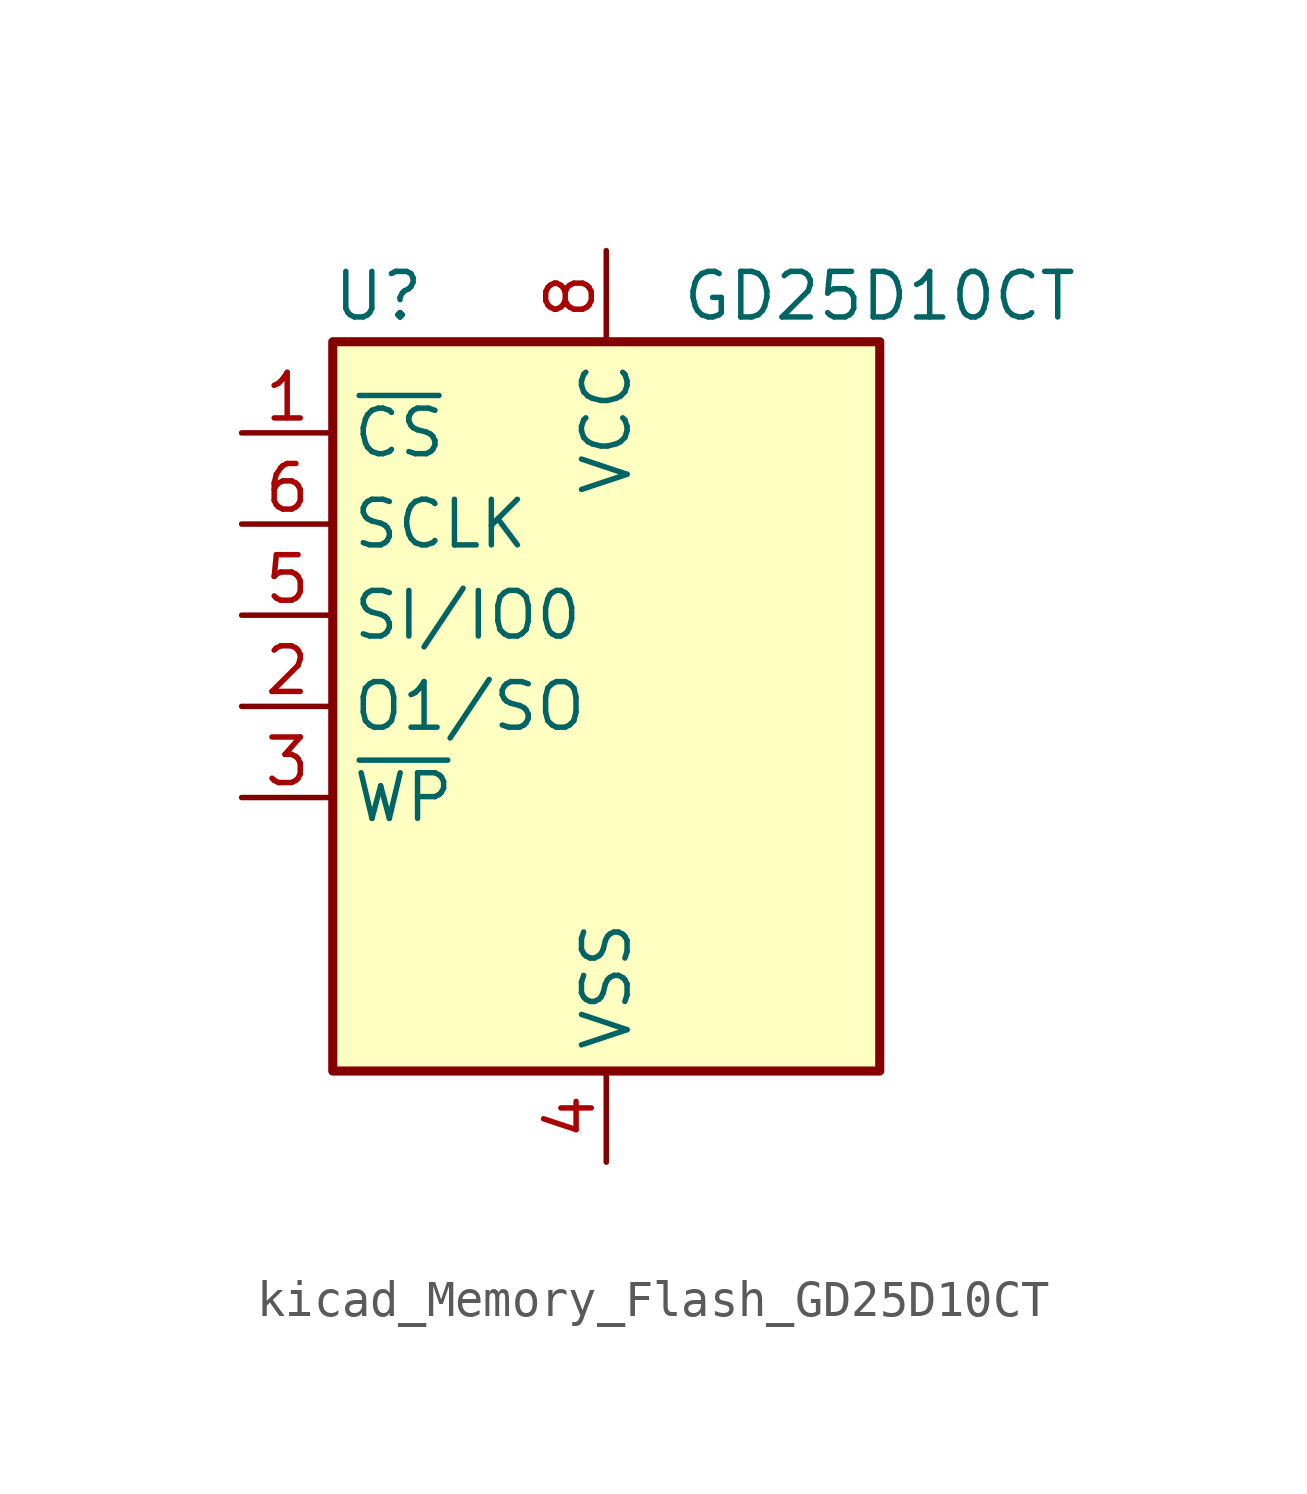
<source format=kicad_sym>
(kicad_symbol_lib
  (version 20220914)
  (generator kicad_symbol_editor)
  (symbol "kicad_Memory_Flash_GD25D10CT"
    (property "Reference" "U"
      (at -6.35 11.43 0)
      (effects (font (size 1.27 1.27))))
    (property "Value" "GD25D10CT"
      (at 7.62 11.43 0)
      (effects (font (size 1.27 1.27))))
    (symbol "kicad_Memory_Flash_GD25D10CT_0_1"
      (rectangle (start -7.62 10.16) (end 7.62 -10.16) (stroke (width 0.254) (type default)) (fill (type background))))
    (symbol "kicad_Memory_Flash_GD25D10CT_1_1"
      (pin input line (at -10.16 7.62 0) (length 2.54) (name "~{CS}" (effects (font (size 1.27 1.27)))) (number "1" (effects (font (size 1.27 1.27)))))
      (pin output line (at -10.16 0 0) (length 2.54) (name "O1/SO" (effects (font (size 1.27 1.27)))) (number "2" (effects (font (size 1.27 1.27)))))
      (pin input line (at -10.16 -2.54 0) (length 2.54) (name "~{WP}" (effects (font (size 1.27 1.27)))) (number "3" (effects (font (size 1.27 1.27)))))
      (pin power_in line (at 0 -12.7 90) (length 2.54) (name "VSS" (effects (font (size 1.27 1.27)))) (number "4" (effects (font (size 1.27 1.27)))))
      (pin bidirectional line (at -10.16 2.54 0) (length 2.54) (name "SI/IO0" (effects (font (size 1.27 1.27)))) (number "5" (effects (font (size 1.27 1.27)))))
      (pin input line (at -10.16 5.08 0) (length 2.54) (name "SCLK" (effects (font (size 1.27 1.27)))) (number "6" (effects (font (size 1.27 1.27)))))
      (pin no_connect line (at -7.62 -5.08 0) (length 2.54) hide (name "NC" (effects (font (size 1.27 1.27)))) (number "7" (effects (font (size 1.27 1.27)))))
      (pin power_in line (at 0 12.7 270) (length 2.54) (name "VCC" (effects (font (size 1.27 1.27)))) (number "8" (effects (font (size 1.27 1.27))))))))
</source>
